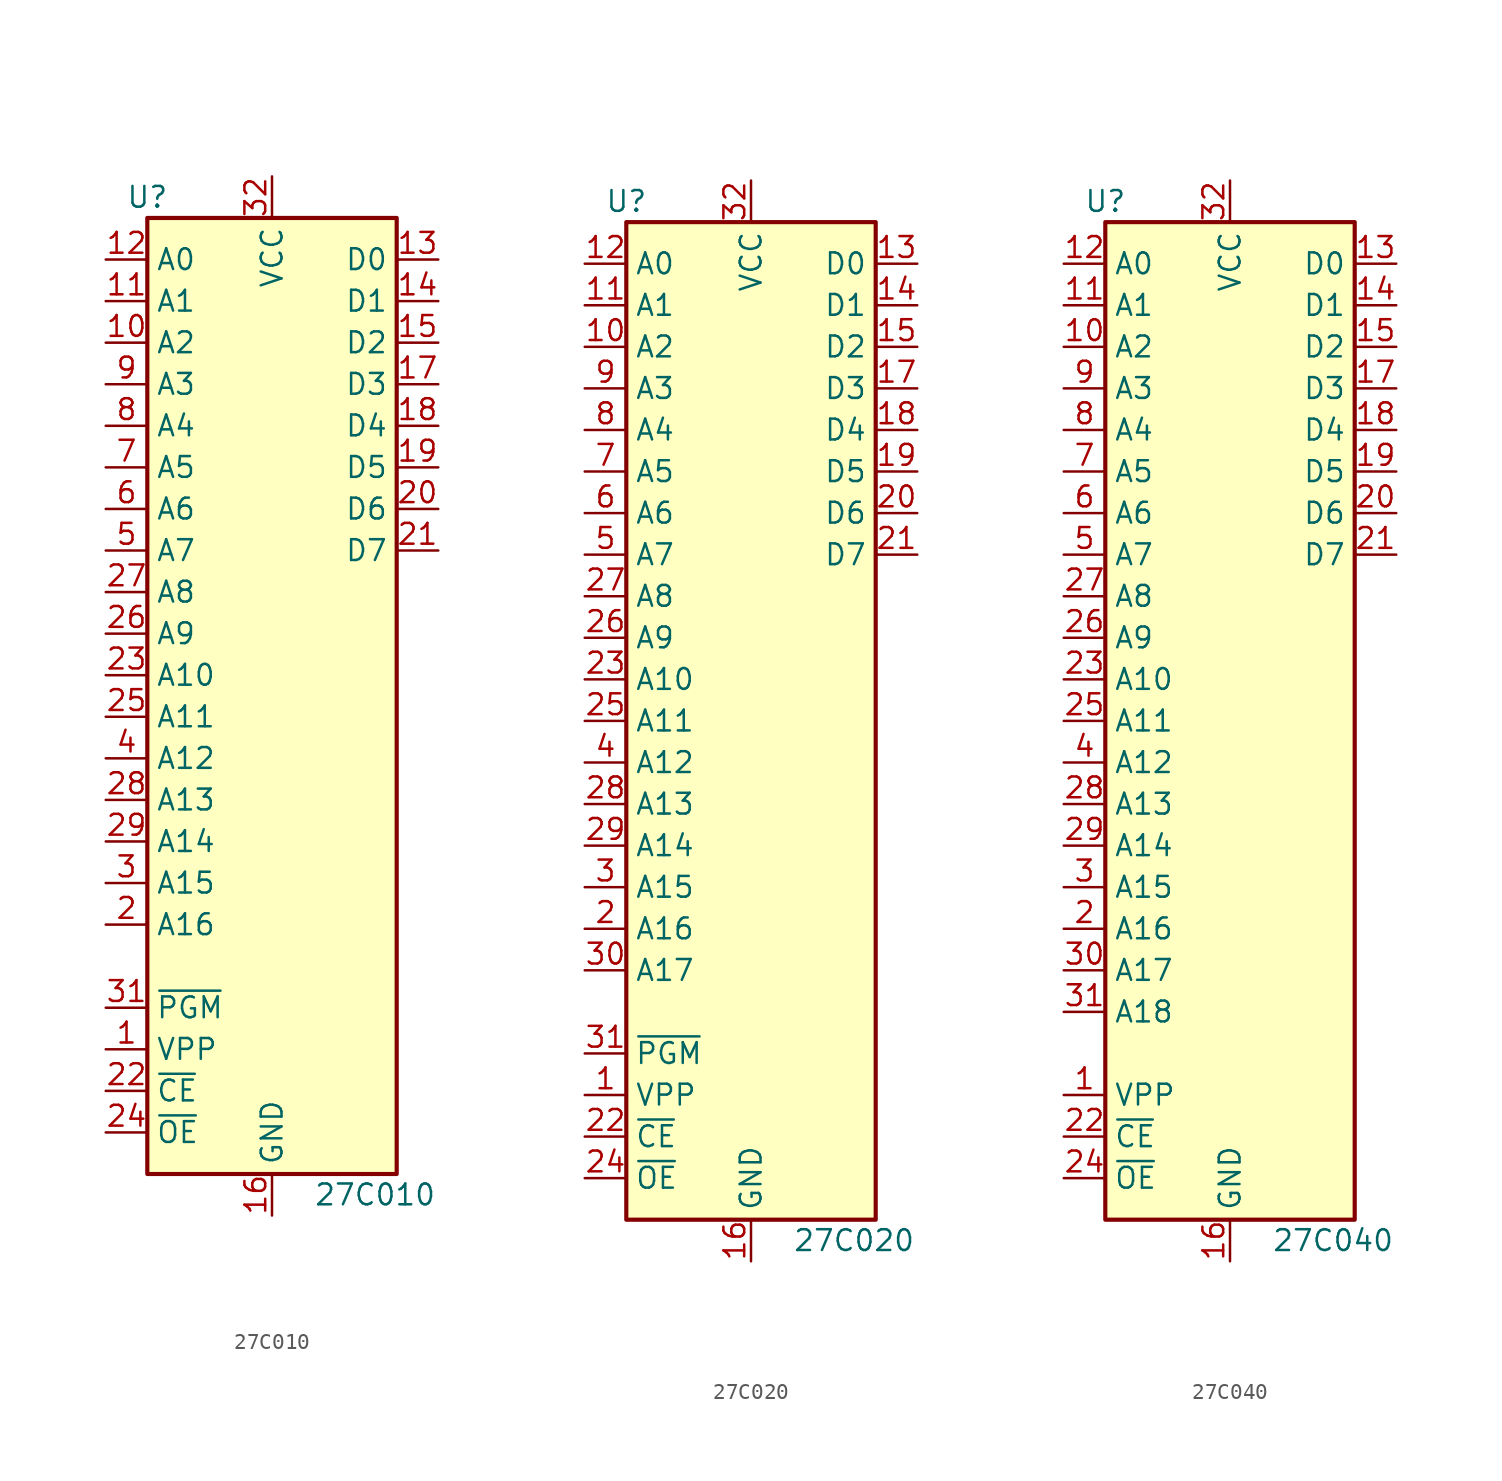
<source format=kicad_sym>
(kicad_symbol_lib
  (version 20200908)
  (generator kicad_symbol_editor)
  (symbol "Memory_EPROM:27C010"
    (property "Reference" "U"
      (at -7.62 29.21 0)
      (effects (font (size 1.27 1.27))))
    (property "Value" "27C010"
      (at 2.54 -31.75 0)
      (effects (font (size 1.27 1.27)) (justify left)))
    (symbol "27C010_1_1"
      (rectangle (start -7.62 27.94) (end 7.62 -30.48) (stroke (width 0.254)) (fill (type background)))
      (pin input line (at -10.16 -22.86 0) (length 2.54) (name "VPP" (effects (font (size 1.27 1.27)))) (number "1" (effects (font (size 1.27 1.27)))))
      (pin input line (at -10.16 -15.24 0) (length 2.54) (name "A16" (effects (font (size 1.27 1.27)))) (number "2" (effects (font (size 1.27 1.27)))))
      (pin input line (at -10.16 -12.7 0) (length 2.54) (name "A15" (effects (font (size 1.27 1.27)))) (number "3" (effects (font (size 1.27 1.27)))))
      (pin input line (at -10.16 -5.08 0) (length 2.54) (name "A12" (effects (font (size 1.27 1.27)))) (number "4" (effects (font (size 1.27 1.27)))))
      (pin input line (at -10.16 7.62 0) (length 2.54) (name "A7" (effects (font (size 1.27 1.27)))) (number "5" (effects (font (size 1.27 1.27)))))
      (pin input line (at -10.16 10.16 0) (length 2.54) (name "A6" (effects (font (size 1.27 1.27)))) (number "6" (effects (font (size 1.27 1.27)))))
      (pin input line (at -10.16 12.7 0) (length 2.54) (name "A5" (effects (font (size 1.27 1.27)))) (number "7" (effects (font (size 1.27 1.27)))))
      (pin input line (at -10.16 15.24 0) (length 2.54) (name "A4" (effects (font (size 1.27 1.27)))) (number "8" (effects (font (size 1.27 1.27)))))
      (pin input line (at -10.16 17.78 0) (length 2.54) (name "A3" (effects (font (size 1.27 1.27)))) (number "9" (effects (font (size 1.27 1.27)))))
      (pin input line (at -10.16 20.32 0) (length 2.54) (name "A2" (effects (font (size 1.27 1.27)))) (number "10" (effects (font (size 1.27 1.27)))))
      (pin tri_state line (at 10.16 10.16 180) (length 2.54) (name "D6" (effects (font (size 1.27 1.27)))) (number "20" (effects (font (size 1.27 1.27)))))
      (pin input line (at -10.16 22.86 0) (length 2.54) (name "A1" (effects (font (size 1.27 1.27)))) (number "11" (effects (font (size 1.27 1.27)))))
      (pin tri_state line (at 10.16 7.62 180) (length 2.54) (name "D7" (effects (font (size 1.27 1.27)))) (number "21" (effects (font (size 1.27 1.27)))))
      (pin input line (at -10.16 -20.32 0) (length 2.54) (name "~PGM" (effects (font (size 1.27 1.27)))) (number "31" (effects (font (size 1.27 1.27)))))
      (pin input line (at -10.16 25.4 0) (length 2.54) (name "A0" (effects (font (size 1.27 1.27)))) (number "12" (effects (font (size 1.27 1.27)))))
      (pin input line (at -10.16 -25.4 0) (length 2.54) (name "~CE" (effects (font (size 1.27 1.27)))) (number "22" (effects (font (size 1.27 1.27)))))
      (pin power_in line (at 0 30.48 270) (length 2.54) (name "VCC" (effects (font (size 1.27 1.27)))) (number "32" (effects (font (size 1.27 1.27)))))
      (pin tri_state line (at 10.16 25.4 180) (length 2.54) (name "D0" (effects (font (size 1.27 1.27)))) (number "13" (effects (font (size 1.27 1.27)))))
      (pin input line (at -10.16 0 0) (length 2.54) (name "A10" (effects (font (size 1.27 1.27)))) (number "23" (effects (font (size 1.27 1.27)))))
      (pin tri_state line (at 10.16 22.86 180) (length 2.54) (name "D1" (effects (font (size 1.27 1.27)))) (number "14" (effects (font (size 1.27 1.27)))))
      (pin input line (at -10.16 -27.94 0) (length 2.54) (name "~OE" (effects (font (size 1.27 1.27)))) (number "24" (effects (font (size 1.27 1.27)))))
      (pin tri_state line (at 10.16 20.32 180) (length 2.54) (name "D2" (effects (font (size 1.27 1.27)))) (number "15" (effects (font (size 1.27 1.27)))))
      (pin input line (at -10.16 -2.54 0) (length 2.54) (name "A11" (effects (font (size 1.27 1.27)))) (number "25" (effects (font (size 1.27 1.27)))))
      (pin power_in line (at 0 -33.02 90) (length 2.54) (name "GND" (effects (font (size 1.27 1.27)))) (number "16" (effects (font (size 1.27 1.27)))))
      (pin input line (at -10.16 2.54 0) (length 2.54) (name "A9" (effects (font (size 1.27 1.27)))) (number "26" (effects (font (size 1.27 1.27)))))
      (pin tri_state line (at 10.16 17.78 180) (length 2.54) (name "D3" (effects (font (size 1.27 1.27)))) (number "17" (effects (font (size 1.27 1.27)))))
      (pin input line (at -10.16 5.08 0) (length 2.54) (name "A8" (effects (font (size 1.27 1.27)))) (number "27" (effects (font (size 1.27 1.27)))))
      (pin tri_state line (at 10.16 15.24 180) (length 2.54) (name "D4" (effects (font (size 1.27 1.27)))) (number "18" (effects (font (size 1.27 1.27)))))
      (pin input line (at -10.16 -7.62 0) (length 2.54) (name "A13" (effects (font (size 1.27 1.27)))) (number "28" (effects (font (size 1.27 1.27)))))
      (pin tri_state line (at 10.16 12.7 180) (length 2.54) (name "D5" (effects (font (size 1.27 1.27)))) (number "19" (effects (font (size 1.27 1.27)))))
      (pin input line (at -10.16 -10.16 0) (length 2.54) (name "A14" (effects (font (size 1.27 1.27)))) (number "29" (effects (font (size 1.27 1.27)))))))
  (symbol "Memory_EPROM:27C020"
    (property "Reference" "U"
      (at -7.62 31.75 0)
      (effects (font (size 1.27 1.27))))
    (property "Value" "27C020"
      (at 2.54 -31.75 0)
      (effects (font (size 1.27 1.27)) (justify left)))
    (symbol "27C020_1_1"
      (rectangle (start -7.62 30.48) (end 7.62 -30.48) (stroke (width 0.254)) (fill (type background)))
      (pin input line (at -10.16 -22.86 0) (length 2.54) (name "VPP" (effects (font (size 1.27 1.27)))) (number "1" (effects (font (size 1.27 1.27)))))
      (pin input line (at -10.16 -12.7 0) (length 2.54) (name "A16" (effects (font (size 1.27 1.27)))) (number "2" (effects (font (size 1.27 1.27)))))
      (pin input line (at -10.16 -10.16 0) (length 2.54) (name "A15" (effects (font (size 1.27 1.27)))) (number "3" (effects (font (size 1.27 1.27)))))
      (pin input line (at -10.16 -2.54 0) (length 2.54) (name "A12" (effects (font (size 1.27 1.27)))) (number "4" (effects (font (size 1.27 1.27)))))
      (pin input line (at -10.16 10.16 0) (length 2.54) (name "A7" (effects (font (size 1.27 1.27)))) (number "5" (effects (font (size 1.27 1.27)))))
      (pin input line (at -10.16 12.7 0) (length 2.54) (name "A6" (effects (font (size 1.27 1.27)))) (number "6" (effects (font (size 1.27 1.27)))))
      (pin input line (at -10.16 15.24 0) (length 2.54) (name "A5" (effects (font (size 1.27 1.27)))) (number "7" (effects (font (size 1.27 1.27)))))
      (pin input line (at -10.16 17.78 0) (length 2.54) (name "A4" (effects (font (size 1.27 1.27)))) (number "8" (effects (font (size 1.27 1.27)))))
      (pin input line (at -10.16 20.32 0) (length 2.54) (name "A3" (effects (font (size 1.27 1.27)))) (number "9" (effects (font (size 1.27 1.27)))))
      (pin input line (at -10.16 22.86 0) (length 2.54) (name "A2" (effects (font (size 1.27 1.27)))) (number "10" (effects (font (size 1.27 1.27)))))
      (pin tri_state line (at 10.16 12.7 180) (length 2.54) (name "D6" (effects (font (size 1.27 1.27)))) (number "20" (effects (font (size 1.27 1.27)))))
      (pin input line (at -10.16 -15.24 0) (length 2.54) (name "A17" (effects (font (size 1.27 1.27)))) (number "30" (effects (font (size 1.27 1.27)))))
      (pin input line (at -10.16 25.4 0) (length 2.54) (name "A1" (effects (font (size 1.27 1.27)))) (number "11" (effects (font (size 1.27 1.27)))))
      (pin tri_state line (at 10.16 10.16 180) (length 2.54) (name "D7" (effects (font (size 1.27 1.27)))) (number "21" (effects (font (size 1.27 1.27)))))
      (pin input line (at -10.16 -20.32 0) (length 2.54) (name "~PGM" (effects (font (size 1.27 1.27)))) (number "31" (effects (font (size 1.27 1.27)))))
      (pin input line (at -10.16 27.94 0) (length 2.54) (name "A0" (effects (font (size 1.27 1.27)))) (number "12" (effects (font (size 1.27 1.27)))))
      (pin input line (at -10.16 -25.4 0) (length 2.54) (name "~CE" (effects (font (size 1.27 1.27)))) (number "22" (effects (font (size 1.27 1.27)))))
      (pin power_in line (at 0 33.02 270) (length 2.54) (name "VCC" (effects (font (size 1.27 1.27)))) (number "32" (effects (font (size 1.27 1.27)))))
      (pin tri_state line (at 10.16 27.94 180) (length 2.54) (name "D0" (effects (font (size 1.27 1.27)))) (number "13" (effects (font (size 1.27 1.27)))))
      (pin input line (at -10.16 2.54 0) (length 2.54) (name "A10" (effects (font (size 1.27 1.27)))) (number "23" (effects (font (size 1.27 1.27)))))
      (pin tri_state line (at 10.16 25.4 180) (length 2.54) (name "D1" (effects (font (size 1.27 1.27)))) (number "14" (effects (font (size 1.27 1.27)))))
      (pin input line (at -10.16 -27.94 0) (length 2.54) (name "~OE" (effects (font (size 1.27 1.27)))) (number "24" (effects (font (size 1.27 1.27)))))
      (pin tri_state line (at 10.16 22.86 180) (length 2.54) (name "D2" (effects (font (size 1.27 1.27)))) (number "15" (effects (font (size 1.27 1.27)))))
      (pin input line (at -10.16 0 0) (length 2.54) (name "A11" (effects (font (size 1.27 1.27)))) (number "25" (effects (font (size 1.27 1.27)))))
      (pin power_in line (at 0 -33.02 90) (length 2.54) (name "GND" (effects (font (size 1.27 1.27)))) (number "16" (effects (font (size 1.27 1.27)))))
      (pin input line (at -10.16 5.08 0) (length 2.54) (name "A9" (effects (font (size 1.27 1.27)))) (number "26" (effects (font (size 1.27 1.27)))))
      (pin tri_state line (at 10.16 20.32 180) (length 2.54) (name "D3" (effects (font (size 1.27 1.27)))) (number "17" (effects (font (size 1.27 1.27)))))
      (pin input line (at -10.16 7.62 0) (length 2.54) (name "A8" (effects (font (size 1.27 1.27)))) (number "27" (effects (font (size 1.27 1.27)))))
      (pin tri_state line (at 10.16 17.78 180) (length 2.54) (name "D4" (effects (font (size 1.27 1.27)))) (number "18" (effects (font (size 1.27 1.27)))))
      (pin input line (at -10.16 -5.08 0) (length 2.54) (name "A13" (effects (font (size 1.27 1.27)))) (number "28" (effects (font (size 1.27 1.27)))))
      (pin tri_state line (at 10.16 15.24 180) (length 2.54) (name "D5" (effects (font (size 1.27 1.27)))) (number "19" (effects (font (size 1.27 1.27)))))
      (pin input line (at -10.16 -7.62 0) (length 2.54) (name "A14" (effects (font (size 1.27 1.27)))) (number "29" (effects (font (size 1.27 1.27)))))))
  (symbol "Memory_EPROM:27C040"
    (property "Reference" "U"
      (at -7.62 31.75 0)
      (effects (font (size 1.27 1.27))))
    (property "Value" "27C040"
      (at 2.54 -31.75 0)
      (effects (font (size 1.27 1.27)) (justify left)))
    (symbol "27C040_1_1"
      (rectangle (start -7.62 30.48) (end 7.62 -30.48) (stroke (width 0.254)) (fill (type background)))
      (pin input line (at -10.16 -22.86 0) (length 2.54) (name "VPP" (effects (font (size 1.27 1.27)))) (number "1" (effects (font (size 1.27 1.27)))))
      (pin input line (at -10.16 -12.7 0) (length 2.54) (name "A16" (effects (font (size 1.27 1.27)))) (number "2" (effects (font (size 1.27 1.27)))))
      (pin input line (at -10.16 -10.16 0) (length 2.54) (name "A15" (effects (font (size 1.27 1.27)))) (number "3" (effects (font (size 1.27 1.27)))))
      (pin input line (at -10.16 -2.54 0) (length 2.54) (name "A12" (effects (font (size 1.27 1.27)))) (number "4" (effects (font (size 1.27 1.27)))))
      (pin input line (at -10.16 10.16 0) (length 2.54) (name "A7" (effects (font (size 1.27 1.27)))) (number "5" (effects (font (size 1.27 1.27)))))
      (pin input line (at -10.16 12.7 0) (length 2.54) (name "A6" (effects (font (size 1.27 1.27)))) (number "6" (effects (font (size 1.27 1.27)))))
      (pin input line (at -10.16 15.24 0) (length 2.54) (name "A5" (effects (font (size 1.27 1.27)))) (number "7" (effects (font (size 1.27 1.27)))))
      (pin input line (at -10.16 17.78 0) (length 2.54) (name "A4" (effects (font (size 1.27 1.27)))) (number "8" (effects (font (size 1.27 1.27)))))
      (pin input line (at -10.16 20.32 0) (length 2.54) (name "A3" (effects (font (size 1.27 1.27)))) (number "9" (effects (font (size 1.27 1.27)))))
      (pin input line (at -10.16 22.86 0) (length 2.54) (name "A2" (effects (font (size 1.27 1.27)))) (number "10" (effects (font (size 1.27 1.27)))))
      (pin tri_state line (at 10.16 12.7 180) (length 2.54) (name "D6" (effects (font (size 1.27 1.27)))) (number "20" (effects (font (size 1.27 1.27)))))
      (pin input line (at -10.16 -15.24 0) (length 2.54) (name "A17" (effects (font (size 1.27 1.27)))) (number "30" (effects (font (size 1.27 1.27)))))
      (pin input line (at -10.16 25.4 0) (length 2.54) (name "A1" (effects (font (size 1.27 1.27)))) (number "11" (effects (font (size 1.27 1.27)))))
      (pin tri_state line (at 10.16 10.16 180) (length 2.54) (name "D7" (effects (font (size 1.27 1.27)))) (number "21" (effects (font (size 1.27 1.27)))))
      (pin input line (at -10.16 -17.78 0) (length 2.54) (name "A18" (effects (font (size 1.27 1.27)))) (number "31" (effects (font (size 1.27 1.27)))))
      (pin input line (at -10.16 27.94 0) (length 2.54) (name "A0" (effects (font (size 1.27 1.27)))) (number "12" (effects (font (size 1.27 1.27)))))
      (pin input line (at -10.16 -25.4 0) (length 2.54) (name "~CE" (effects (font (size 1.27 1.27)))) (number "22" (effects (font (size 1.27 1.27)))))
      (pin power_in line (at 0 33.02 270) (length 2.54) (name "VCC" (effects (font (size 1.27 1.27)))) (number "32" (effects (font (size 1.27 1.27)))))
      (pin tri_state line (at 10.16 27.94 180) (length 2.54) (name "D0" (effects (font (size 1.27 1.27)))) (number "13" (effects (font (size 1.27 1.27)))))
      (pin input line (at -10.16 2.54 0) (length 2.54) (name "A10" (effects (font (size 1.27 1.27)))) (number "23" (effects (font (size 1.27 1.27)))))
      (pin tri_state line (at 10.16 25.4 180) (length 2.54) (name "D1" (effects (font (size 1.27 1.27)))) (number "14" (effects (font (size 1.27 1.27)))))
      (pin input line (at -10.16 -27.94 0) (length 2.54) (name "~OE" (effects (font (size 1.27 1.27)))) (number "24" (effects (font (size 1.27 1.27)))))
      (pin tri_state line (at 10.16 22.86 180) (length 2.54) (name "D2" (effects (font (size 1.27 1.27)))) (number "15" (effects (font (size 1.27 1.27)))))
      (pin input line (at -10.16 0 0) (length 2.54) (name "A11" (effects (font (size 1.27 1.27)))) (number "25" (effects (font (size 1.27 1.27)))))
      (pin power_in line (at 0 -33.02 90) (length 2.54) (name "GND" (effects (font (size 1.27 1.27)))) (number "16" (effects (font (size 1.27 1.27)))))
      (pin input line (at -10.16 5.08 0) (length 2.54) (name "A9" (effects (font (size 1.27 1.27)))) (number "26" (effects (font (size 1.27 1.27)))))
      (pin tri_state line (at 10.16 20.32 180) (length 2.54) (name "D3" (effects (font (size 1.27 1.27)))) (number "17" (effects (font (size 1.27 1.27)))))
      (pin input line (at -10.16 7.62 0) (length 2.54) (name "A8" (effects (font (size 1.27 1.27)))) (number "27" (effects (font (size 1.27 1.27)))))
      (pin tri_state line (at 10.16 17.78 180) (length 2.54) (name "D4" (effects (font (size 1.27 1.27)))) (number "18" (effects (font (size 1.27 1.27)))))
      (pin input line (at -10.16 -5.08 0) (length 2.54) (name "A13" (effects (font (size 1.27 1.27)))) (number "28" (effects (font (size 1.27 1.27)))))
      (pin tri_state line (at 10.16 15.24 180) (length 2.54) (name "D5" (effects (font (size 1.27 1.27)))) (number "19" (effects (font (size 1.27 1.27)))))
      (pin input line (at -10.16 -7.62 0) (length 2.54) (name "A14" (effects (font (size 1.27 1.27)))) (number "29" (effects (font (size 1.27 1.27))))))))
</source>
